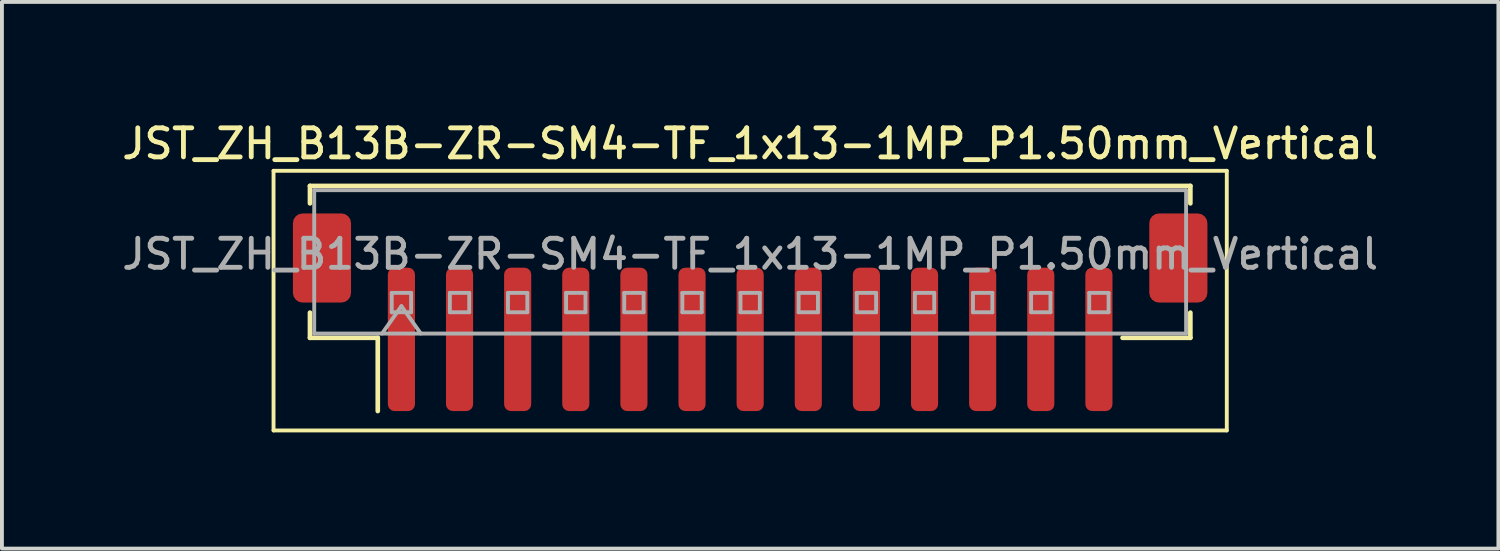
<source format=kicad_pcb>
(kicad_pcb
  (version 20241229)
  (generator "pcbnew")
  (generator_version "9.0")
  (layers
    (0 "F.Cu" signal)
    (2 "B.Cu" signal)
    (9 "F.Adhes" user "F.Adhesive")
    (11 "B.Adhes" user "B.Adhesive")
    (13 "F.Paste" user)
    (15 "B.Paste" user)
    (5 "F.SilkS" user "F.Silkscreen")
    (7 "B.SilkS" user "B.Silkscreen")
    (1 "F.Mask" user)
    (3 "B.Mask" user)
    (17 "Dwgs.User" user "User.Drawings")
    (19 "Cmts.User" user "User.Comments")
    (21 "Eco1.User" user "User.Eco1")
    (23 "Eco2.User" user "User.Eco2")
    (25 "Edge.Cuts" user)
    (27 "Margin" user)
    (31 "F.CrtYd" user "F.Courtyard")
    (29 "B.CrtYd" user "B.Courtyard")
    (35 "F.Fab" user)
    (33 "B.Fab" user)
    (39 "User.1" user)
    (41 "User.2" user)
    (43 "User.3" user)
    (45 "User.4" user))
  (footprint "JST_ZH_B13B-ZR-SM4-TF_1x13-1MP_P1.50mm_Vertical"
    (layer "F.Cu")
    (at 16.309 5.008)
    (property "Reference" "JST_ZH_B13B-ZR-SM4-TF_1x13-1MP_P1.50mm_Vertical" (at 0 -4.35 0) (layer "F.SilkS") (effects (font (size 0.75 0.75) (thickness 0.125))))
    (attr smd)
    (fp_line (start -12.3 -3.65) (end -12.3 3.05) (stroke (width 0.1) (type solid)) (layer "F.SilkS"))
    (fp_line (start -12.3 3.05) (end 12.3 3.05) (stroke (width 0.1) (type solid)) (layer "F.SilkS"))
    (fp_line (start -11.36 -3.26) (end 11.36 -3.26) (stroke (width 0.12) (type solid)) (layer "F.SilkS"))
    (fp_line (start -11.36 -2.81) (end -11.36 -3.26) (stroke (width 0.12) (type solid)) (layer "F.SilkS"))
    (fp_line (start -11.36 0.01) (end -11.36 0.66) (stroke (width 0.12) (type solid)) (layer "F.SilkS"))
    (fp_line (start -11.36 0.66) (end -9.61 0.66) (stroke (width 0.12) (type solid)) (layer "F.SilkS"))
    (fp_line (start -9.61 0.66) (end -9.61 2.55) (stroke (width 0.12) (type solid)) (layer "F.SilkS"))
    (fp_line (start 11.36 -3.26) (end 11.36 -2.81) (stroke (width 0.12) (type solid)) (layer "F.SilkS"))
    (fp_line (start 11.36 0.01) (end 11.36 0.66) (stroke (width 0.12) (type solid)) (layer "F.SilkS"))
    (fp_line (start 11.36 0.66) (end 9.61 0.66) (stroke (width 0.12) (type solid)) (layer "F.SilkS"))
    (fp_line (start 12.3 -3.65) (end -12.3 -3.65) (stroke (width 0.1) (type solid)) (layer "F.SilkS"))
    (fp_line (start 12.3 3.05) (end 12.3 -3.65) (stroke (width 0.1) (type solid)) (layer "F.SilkS"))
    (fp_line (start -11.25 -3.15) (end 11.25 -3.15) (stroke (width 0.1) (type solid)) (layer "F.Fab"))
    (fp_line (start -11.25 0.55) (end -11.25 -3.15) (stroke (width 0.1) (type solid)) (layer "F.Fab"))
    (fp_line (start -11.25 0.55) (end 11.25 0.55) (stroke (width 0.1) (type solid)) (layer "F.Fab"))
    (fp_line (start -9.5 0.55) (end -9 -0.157) (stroke (width 0.1) (type solid)) (layer "F.Fab"))
    (fp_line (start -9.25 -0.5) (end -9.25 0) (stroke (width 0.1) (type solid)) (layer "F.Fab"))
    (fp_line (start -9.25 0) (end -8.75 0) (stroke (width 0.1) (type solid)) (layer "F.Fab"))
    (fp_line (start -9 -0.157) (end -8.5 0.55) (stroke (width 0.1) (type solid)) (layer "F.Fab"))
    (fp_line (start -8.75 -0.5) (end -9.25 -0.5) (stroke (width 0.1) (type solid)) (layer "F.Fab"))
    (fp_line (start -8.75 0) (end -8.75 -0.5) (stroke (width 0.1) (type solid)) (layer "F.Fab"))
    (fp_line (start -7.75 -0.5) (end -7.75 0) (stroke (width 0.1) (type solid)) (layer "F.Fab"))
    (fp_line (start -7.75 0) (end -7.25 0) (stroke (width 0.1) (type solid)) (layer "F.Fab"))
    (fp_line (start -7.25 -0.5) (end -7.75 -0.5) (stroke (width 0.1) (type solid)) (layer "F.Fab"))
    (fp_line (start -7.25 0) (end -7.25 -0.5) (stroke (width 0.1) (type solid)) (layer "F.Fab"))
    (fp_line (start -6.25 -0.5) (end -6.25 0) (stroke (width 0.1) (type solid)) (layer "F.Fab"))
    (fp_line (start -6.25 0) (end -5.75 0) (stroke (width 0.1) (type solid)) (layer "F.Fab"))
    (fp_line (start -5.75 -0.5) (end -6.25 -0.5) (stroke (width 0.1) (type solid)) (layer "F.Fab"))
    (fp_line (start -5.75 0) (end -5.75 -0.5) (stroke (width 0.1) (type solid)) (layer "F.Fab"))
    (fp_line (start -4.75 -0.5) (end -4.75 0) (stroke (width 0.1) (type solid)) (layer "F.Fab"))
    (fp_line (start -4.75 0) (end -4.25 0) (stroke (width 0.1) (type solid)) (layer "F.Fab"))
    (fp_line (start -4.25 -0.5) (end -4.75 -0.5) (stroke (width 0.1) (type solid)) (layer "F.Fab"))
    (fp_line (start -4.25 0) (end -4.25 -0.5) (stroke (width 0.1) (type solid)) (layer "F.Fab"))
    (fp_line (start -3.25 -0.5) (end -3.25 0) (stroke (width 0.1) (type solid)) (layer "F.Fab"))
    (fp_line (start -3.25 0) (end -2.75 0) (stroke (width 0.1) (type solid)) (layer "F.Fab"))
    (fp_line (start -2.75 -0.5) (end -3.25 -0.5) (stroke (width 0.1) (type solid)) (layer "F.Fab"))
    (fp_line (start -2.75 0) (end -2.75 -0.5) (stroke (width 0.1) (type solid)) (layer "F.Fab"))
    (fp_line (start -1.75 -0.5) (end -1.75 0) (stroke (width 0.1) (type solid)) (layer "F.Fab"))
    (fp_line (start -1.75 0) (end -1.25 0) (stroke (width 0.1) (type solid)) (layer "F.Fab"))
    (fp_line (start -1.25 -0.5) (end -1.75 -0.5) (stroke (width 0.1) (type solid)) (layer "F.Fab"))
    (fp_line (start -1.25 0) (end -1.25 -0.5) (stroke (width 0.1) (type solid)) (layer "F.Fab"))
    (fp_line (start -0.25 -0.5) (end -0.25 0) (stroke (width 0.1) (type solid)) (layer "F.Fab"))
    (fp_line (start -0.25 0) (end 0.25 0) (stroke (width 0.1) (type solid)) (layer "F.Fab"))
    (fp_line (start 0.25 -0.5) (end -0.25 -0.5) (stroke (width 0.1) (type solid)) (layer "F.Fab"))
    (fp_line (start 0.25 0) (end 0.25 -0.5) (stroke (width 0.1) (type solid)) (layer "F.Fab"))
    (fp_line (start 1.25 -0.5) (end 1.25 0) (stroke (width 0.1) (type solid)) (layer "F.Fab"))
    (fp_line (start 1.25 0) (end 1.75 0) (stroke (width 0.1) (type solid)) (layer "F.Fab"))
    (fp_line (start 1.75 -0.5) (end 1.25 -0.5) (stroke (width 0.1) (type solid)) (layer "F.Fab"))
    (fp_line (start 1.75 0) (end 1.75 -0.5) (stroke (width 0.1) (type solid)) (layer "F.Fab"))
    (fp_line (start 2.75 -0.5) (end 2.75 0) (stroke (width 0.1) (type solid)) (layer "F.Fab"))
    (fp_line (start 2.75 0) (end 3.25 0) (stroke (width 0.1) (type solid)) (layer "F.Fab"))
    (fp_line (start 3.25 -0.5) (end 2.75 -0.5) (stroke (width 0.1) (type solid)) (layer "F.Fab"))
    (fp_line (start 3.25 0) (end 3.25 -0.5) (stroke (width 0.1) (type solid)) (layer "F.Fab"))
    (fp_line (start 4.25 -0.5) (end 4.25 0) (stroke (width 0.1) (type solid)) (layer "F.Fab"))
    (fp_line (start 4.25 0) (end 4.75 0) (stroke (width 0.1) (type solid)) (layer "F.Fab"))
    (fp_line (start 4.75 -0.5) (end 4.25 -0.5) (stroke (width 0.1) (type solid)) (layer "F.Fab"))
    (fp_line (start 4.75 0) (end 4.75 -0.5) (stroke (width 0.1) (type solid)) (layer "F.Fab"))
    (fp_line (start 5.75 -0.5) (end 5.75 0) (stroke (width 0.1) (type solid)) (layer "F.Fab"))
    (fp_line (start 5.75 0) (end 6.25 0) (stroke (width 0.1) (type solid)) (layer "F.Fab"))
    (fp_line (start 6.25 -0.5) (end 5.75 -0.5) (stroke (width 0.1) (type solid)) (layer "F.Fab"))
    (fp_line (start 6.25 0) (end 6.25 -0.5) (stroke (width 0.1) (type solid)) (layer "F.Fab"))
    (fp_line (start 7.25 -0.5) (end 7.25 0) (stroke (width 0.1) (type solid)) (layer "F.Fab"))
    (fp_line (start 7.25 0) (end 7.75 0) (stroke (width 0.1) (type solid)) (layer "F.Fab"))
    (fp_line (start 7.75 -0.5) (end 7.25 -0.5) (stroke (width 0.1) (type solid)) (layer "F.Fab"))
    (fp_line (start 7.75 0) (end 7.75 -0.5) (stroke (width 0.1) (type solid)) (layer "F.Fab"))
    (fp_line (start 8.75 -0.5) (end 8.75 0) (stroke (width 0.1) (type solid)) (layer "F.Fab"))
    (fp_line (start 8.75 0) (end 9.25 0) (stroke (width 0.1) (type solid)) (layer "F.Fab"))
    (fp_line (start 9.25 -0.5) (end 8.75 -0.5) (stroke (width 0.1) (type solid)) (layer "F.Fab"))
    (fp_line (start 9.25 0) (end 9.25 -0.5) (stroke (width 0.1) (type solid)) (layer "F.Fab"))
    (fp_line (start 11.25 0.55) (end 11.25 -3.15) (stroke (width 0.1) (type solid)) (layer "F.Fab"))
    (fp_text user "${REFERENCE}" (at 0 -1.5 0) (layer "F.Fab") (effects (font (size 0.75 0.75) (thickness 0.125))))
    (pad "1" smd roundrect (at -9 0.7) (size 0.7 3.7) (layers "F.Cu" "F.Mask" "F.Paste") (roundrect_rratio 0.25))
    (pad "2" smd roundrect (at -7.5 0.7) (size 0.7 3.7) (layers "F.Cu" "F.Mask" "F.Paste") (roundrect_rratio 0.25))
    (pad "3" smd roundrect (at -6 0.7) (size 0.7 3.7) (layers "F.Cu" "F.Mask" "F.Paste") (roundrect_rratio 0.25))
    (pad "4" smd roundrect (at -4.5 0.7) (size 0.7 3.7) (layers "F.Cu" "F.Mask" "F.Paste") (roundrect_rratio 0.25))
    (pad "5" smd roundrect (at -3 0.7) (size 0.7 3.7) (layers "F.Cu" "F.Mask" "F.Paste") (roundrect_rratio 0.25))
    (pad "6" smd roundrect (at -1.5 0.7) (size 0.7 3.7) (layers "F.Cu" "F.Mask" "F.Paste") (roundrect_rratio 0.25))
    (pad "7" smd roundrect (at 0 0.7) (size 0.7 3.7) (layers "F.Cu" "F.Mask" "F.Paste") (roundrect_rratio 0.25))
    (pad "8" smd roundrect (at 1.5 0.7) (size 0.7 3.7) (layers "F.Cu" "F.Mask" "F.Paste") (roundrect_rratio 0.25))
    (pad "9" smd roundrect (at 3 0.7) (size 0.7 3.7) (layers "F.Cu" "F.Mask" "F.Paste") (roundrect_rratio 0.25))
    (pad "10" smd roundrect (at 4.5 0.7) (size 0.7 3.7) (layers "F.Cu" "F.Mask" "F.Paste") (roundrect_rratio 0.25))
    (pad "11" smd roundrect (at 6 0.7) (size 0.7 3.7) (layers "F.Cu" "F.Mask" "F.Paste") (roundrect_rratio 0.25))
    (pad "12" smd roundrect (at 7.5 0.7) (size 0.7 3.7) (layers "F.Cu" "F.Mask" "F.Paste") (roundrect_rratio 0.25))
    (pad "13" smd roundrect (at 9 0.7) (size 0.7 3.7) (layers "F.Cu" "F.Mask" "F.Paste") (roundrect_rratio 0.25))
    (pad "MP" smd roundrect (at -11.05 -1.4) (size 1.5 2.3) (layers "F.Cu" "F.Mask" "F.Paste") (roundrect_rratio 0.167))
    (pad "MP" smd roundrect (at 11.05 -1.4) (size 1.5 2.3) (layers "F.Cu" "F.Mask" "F.Paste") (roundrect_rratio 0.167)))
  (gr_rect
    (start -3 -3)
    (end 35.618 11.108)
    (stroke (width 0.1) (type default))
    (fill no)
    (layer "Edge.Cuts")))
</source>
